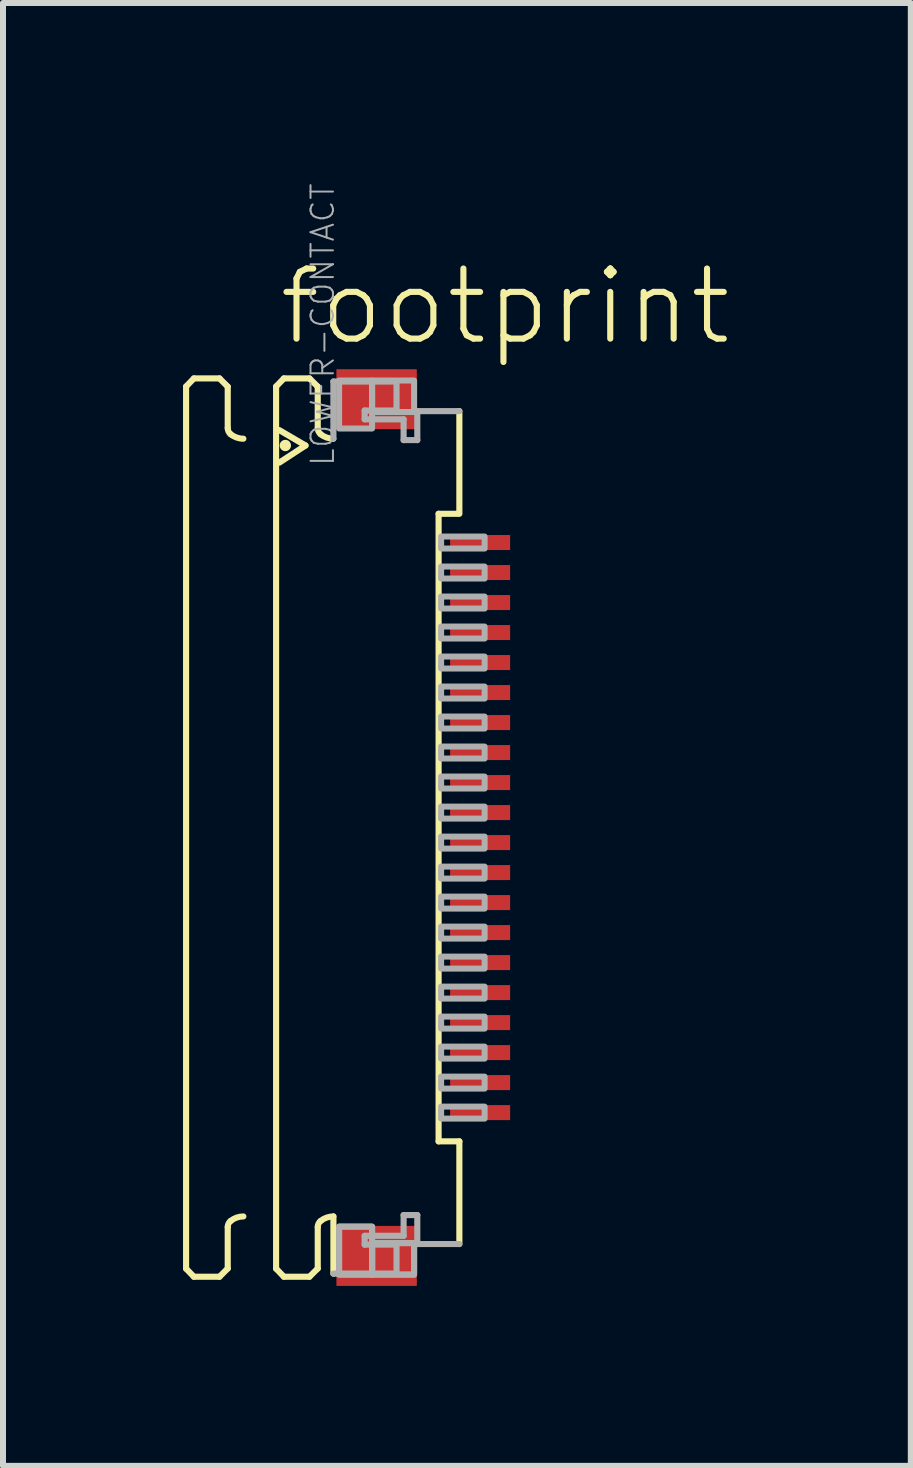
<source format=kicad_pcb>
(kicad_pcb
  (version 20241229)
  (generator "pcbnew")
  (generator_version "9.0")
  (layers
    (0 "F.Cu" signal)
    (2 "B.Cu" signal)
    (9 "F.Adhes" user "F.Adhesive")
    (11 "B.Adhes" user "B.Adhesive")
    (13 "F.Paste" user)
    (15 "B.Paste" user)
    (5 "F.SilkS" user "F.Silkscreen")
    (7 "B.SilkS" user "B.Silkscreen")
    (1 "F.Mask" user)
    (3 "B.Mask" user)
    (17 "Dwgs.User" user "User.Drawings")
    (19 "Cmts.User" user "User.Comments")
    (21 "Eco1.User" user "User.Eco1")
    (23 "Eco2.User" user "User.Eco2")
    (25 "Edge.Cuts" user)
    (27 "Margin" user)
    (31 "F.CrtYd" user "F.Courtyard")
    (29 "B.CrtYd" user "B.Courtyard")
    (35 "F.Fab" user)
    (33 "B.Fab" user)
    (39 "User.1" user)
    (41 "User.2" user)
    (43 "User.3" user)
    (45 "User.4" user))
  (footprint "footprint"
    (layer "F.Cu")
    (at 3.046 10.741)
    (property "Reference" "footprint" (at -1.5 -8 0) (layer "F.SilkS") (effects (font (size 1.168 1.168) (thickness 0.102)) (justify left bottom)))
    (fp_poly (pts (xy 1.355 -4.575) (xy 2.455 -4.575) (xy 2.455 -4.925) (xy 1.355 -4.925)) (stroke (width 0) (type solid)) (fill yes) (layer "F.Mask"))
    (fp_poly (pts (xy 1.355 -4.075) (xy 2.455 -4.075) (xy 2.455 -4.425) (xy 1.355 -4.425)) (stroke (width 0) (type solid)) (fill yes) (layer "F.Mask"))
    (fp_poly (pts (xy 1.355 -3.575) (xy 2.455 -3.575) (xy 2.455 -3.925) (xy 1.355 -3.925)) (stroke (width 0) (type solid)) (fill yes) (layer "F.Mask"))
    (fp_poly (pts (xy 1.355 -3.075) (xy 2.455 -3.075) (xy 2.455 -3.425) (xy 1.355 -3.425)) (stroke (width 0) (type solid)) (fill yes) (layer "F.Mask"))
    (fp_poly (pts (xy 1.355 -2.575) (xy 2.455 -2.575) (xy 2.455 -2.925) (xy 1.355 -2.925)) (stroke (width 0) (type solid)) (fill yes) (layer "F.Mask"))
    (fp_poly (pts (xy 1.355 -2.075) (xy 2.455 -2.075) (xy 2.455 -2.425) (xy 1.355 -2.425)) (stroke (width 0) (type solid)) (fill yes) (layer "F.Mask"))
    (fp_poly (pts (xy 1.355 -1.575) (xy 2.455 -1.575) (xy 2.455 -1.925) (xy 1.355 -1.925)) (stroke (width 0) (type solid)) (fill yes) (layer "F.Mask"))
    (fp_poly (pts (xy 1.355 -1.075) (xy 2.455 -1.075) (xy 2.455 -1.425) (xy 1.355 -1.425)) (stroke (width 0) (type solid)) (fill yes) (layer "F.Mask"))
    (fp_poly (pts (xy 1.355 -0.575) (xy 2.455 -0.575) (xy 2.455 -0.925) (xy 1.355 -0.925)) (stroke (width 0) (type solid)) (fill yes) (layer "F.Mask"))
    (fp_poly (pts (xy 1.355 -0.075) (xy 2.455 -0.075) (xy 2.455 -0.425) (xy 1.355 -0.425)) (stroke (width 0) (type solid)) (fill yes) (layer "F.Mask"))
    (fp_poly (pts (xy 1.355 0.425) (xy 2.455 0.425) (xy 2.455 0.075) (xy 1.355 0.075)) (stroke (width 0) (type solid)) (fill yes) (layer "F.Mask"))
    (fp_poly (pts (xy 1.355 0.925) (xy 2.455 0.925) (xy 2.455 0.575) (xy 1.355 0.575)) (stroke (width 0) (type solid)) (fill yes) (layer "F.Mask"))
    (fp_poly (pts (xy 1.355 1.425) (xy 2.455 1.425) (xy 2.455 1.075) (xy 1.355 1.075)) (stroke (width 0) (type solid)) (fill yes) (layer "F.Mask"))
    (fp_poly (pts (xy 1.355 1.925) (xy 2.455 1.925) (xy 2.455 1.575) (xy 1.355 1.575)) (stroke (width 0) (type solid)) (fill yes) (layer "F.Mask"))
    (fp_poly (pts (xy 1.355 2.425) (xy 2.455 2.425) (xy 2.455 2.075) (xy 1.355 2.075)) (stroke (width 0) (type solid)) (fill yes) (layer "F.Mask"))
    (fp_poly (pts (xy 1.355 2.925) (xy 2.455 2.925) (xy 2.455 2.575) (xy 1.355 2.575)) (stroke (width 0) (type solid)) (fill yes) (layer "F.Mask"))
    (fp_poly (pts (xy 1.355 3.425) (xy 2.455 3.425) (xy 2.455 3.075) (xy 1.355 3.075)) (stroke (width 0) (type solid)) (fill yes) (layer "F.Mask"))
    (fp_poly (pts (xy 1.355 3.925) (xy 2.455 3.925) (xy 2.455 3.575) (xy 1.355 3.575)) (stroke (width 0) (type solid)) (fill yes) (layer "F.Mask"))
    (fp_poly (pts (xy 1.355 4.425) (xy 2.455 4.425) (xy 2.455 4.075) (xy 1.355 4.075)) (stroke (width 0) (type solid)) (fill yes) (layer "F.Mask"))
    (fp_poly (pts (xy 1.355 4.925) (xy 2.455 4.925) (xy 2.455 4.575) (xy 1.355 4.575)) (stroke (width 0) (type solid)) (fill yes) (layer "F.Mask"))
    (fp_line (start -2.995 -7.35) (end -2.865 -7.485) (stroke (width 0.102) (type solid)) (layer "F.SilkS"))
    (fp_line (start -2.995 7.35) (end -2.995 -7.35) (stroke (width 0.102) (type solid)) (layer "F.SilkS"))
    (fp_line (start -2.995 7.35) (end -2.865 7.485) (stroke (width 0.102) (type solid)) (layer "F.SilkS"))
    (fp_line (start -2.865 -7.485) (end -2.438 -7.485) (stroke (width 0.102) (type solid)) (layer "F.SilkS"))
    (fp_line (start -2.865 7.485) (end -2.438 7.485) (stroke (width 0.102) (type solid)) (layer "F.SilkS"))
    (fp_line (start -2.438 -7.485) (end -2.301 -7.348) (stroke (width 0.102) (type solid)) (layer "F.SilkS"))
    (fp_line (start -2.438 7.485) (end -2.301 7.348) (stroke (width 0.102) (type solid)) (layer "F.SilkS"))
    (fp_line (start -2.301 -7.348) (end -2.301 -6.656) (stroke (width 0.102) (type solid)) (layer "F.SilkS"))
    (fp_line (start -2.301 7.348) (end -2.301 6.656) (stroke (width 0.102) (type solid)) (layer "F.SilkS"))
    (fp_line (start -1.495 -7.35) (end -1.365 -7.485) (stroke (width 0.102) (type solid)) (layer "F.SilkS"))
    (fp_line (start -1.495 7.35) (end -1.495 -7.35) (stroke (width 0.102) (type solid)) (layer "F.SilkS"))
    (fp_line (start -1.495 7.35) (end -1.365 7.485) (stroke (width 0.102) (type solid)) (layer "F.SilkS"))
    (fp_line (start -1.441 -6.623) (end -1.005 -6.367) (stroke (width 0.102) (type solid)) (layer "F.SilkS"))
    (fp_line (start -1.365 -7.485) (end -0.939 -7.485) (stroke (width 0.102) (type solid)) (layer "F.SilkS"))
    (fp_line (start -1.365 7.485) (end -0.939 7.485) (stroke (width 0.102) (type solid)) (layer "F.SilkS"))
    (fp_line (start -1.005 -6.367) (end -1.441 -6.082) (stroke (width 0.102) (type solid)) (layer "F.SilkS"))
    (fp_line (start -0.939 -7.485) (end -0.801 -7.348) (stroke (width 0.102) (type solid)) (layer "F.SilkS"))
    (fp_line (start -0.939 7.485) (end -0.801 7.348) (stroke (width 0.102) (type solid)) (layer "F.SilkS"))
    (fp_line (start -0.801 -7.348) (end -0.801 -6.656) (stroke (width 0.102) (type solid)) (layer "F.SilkS"))
    (fp_line (start -0.801 7.348) (end -0.801 6.656) (stroke (width 0.102) (type solid)) (layer "F.SilkS"))
    (fp_line (start -0.54 6.48) (end -0.54 7.433) (stroke (width 0.102) (type solid)) (layer "F.SilkS"))
    (fp_line (start 1.213 5.229) (end 1.213 -5.229) (stroke (width 0.102) (type solid)) (layer "F.SilkS"))
    (fp_line (start 1.538 -5.229) (end 1.213 -5.229) (stroke (width 0.102) (type solid)) (layer "F.SilkS"))
    (fp_line (start 1.559 -6.94) (end 1.559 -5.229) (stroke (width 0.102) (type solid)) (layer "F.SilkS"))
    (fp_line (start 1.559 5.229) (end 1.213 5.229) (stroke (width 0.102) (type solid)) (layer "F.SilkS"))
    (fp_line (start 1.559 6.94) (end 1.559 5.229) (stroke (width 0.102) (type solid)) (layer "F.SilkS"))
    (fp_arc (start -2.301 6.6557) (mid -2.288538 6.600596) (end -2.2536 6.556199) (stroke (width 0.1016) (type solid)) (layer "F.SilkS"))
    (fp_arc (start -2.2536 -6.556199) (mid -2.288538 -6.600596) (end -2.301 -6.6557) (stroke (width 0.1016) (type solid)) (layer "F.SilkS"))
    (fp_arc (start -2.2536 6.5562) (mid -2.153476 6.499935) (end -2.0403 6.480399) (stroke (width 0.1016) (type solid)) (layer "F.SilkS"))
    (fp_arc (start -2.0403 -6.480399) (mid -2.153476 -6.499935) (end -2.2536 -6.5562) (stroke (width 0.1016) (type solid)) (layer "F.SilkS"))
    (fp_arc (start -0.801 6.6557) (mid -0.788538 6.600596) (end -0.7536 6.556199) (stroke (width 0.1016) (type solid)) (layer "F.SilkS"))
    (fp_arc (start -0.7536 -6.556199) (mid -0.788538 -6.600596) (end -0.801 -6.6557) (stroke (width 0.1016) (type solid)) (layer "F.SilkS"))
    (fp_arc (start -0.7536 6.5562) (mid -0.653476 6.499935) (end -0.5403 6.480399) (stroke (width 0.1016) (type solid)) (layer "F.SilkS"))
    (fp_arc (start -0.5403 -6.480399) (mid -0.653476 -6.499935) (end -0.7536 -6.5562) (stroke (width 0.1016) (type solid)) (layer "F.SilkS"))
    (fp_circle (center -1.341 -6.367) (end -1.294 -6.367) (stroke (width 0.095) (type solid)) (fill yes) (layer "F.SilkS"))
    (fp_line (start -0.54 -7.433) (end 0.512 -7.433) (stroke (width 0.102) (type solid)) (layer "F.Fab"))
    (fp_line (start -0.54 -6.48) (end -0.54 -7.433) (stroke (width 0.102) (type solid)) (layer "F.Fab"))
    (fp_line (start -0.54 7.433) (end 0.512 7.433) (stroke (width 0.102) (type solid)) (layer "F.Fab"))
    (fp_line (start -0.019 -6.95) (end -0.019 -6.803) (stroke (width 0.102) (type solid)) (layer "F.Fab"))
    (fp_line (start -0.019 -6.803) (end 0.63 -6.803) (stroke (width 0.102) (type solid)) (layer "F.Fab"))
    (fp_line (start -0.019 6.803) (end 0.63 6.803) (stroke (width 0.102) (type solid)) (layer "F.Fab"))
    (fp_line (start -0.019 6.95) (end -0.019 6.803) (stroke (width 0.102) (type solid)) (layer "F.Fab"))
    (fp_line (start 0.512 -7.433) (end 0.512 -6.95) (stroke (width 0.102) (type solid)) (layer "F.Fab"))
    (fp_line (start 0.512 -6.95) (end -0.019 -6.95) (stroke (width 0.102) (type solid)) (layer "F.Fab"))
    (fp_line (start 0.512 6.95) (end -0.019 6.95) (stroke (width 0.102) (type solid)) (layer "F.Fab"))
    (fp_line (start 0.512 7.433) (end 0.512 6.95) (stroke (width 0.102) (type solid)) (layer "F.Fab"))
    (fp_line (start 0.63 -6.803) (end 0.63 -6.457) (stroke (width 0.102) (type solid)) (layer "F.Fab"))
    (fp_line (start 0.63 -6.457) (end 0.858 -6.457) (stroke (width 0.102) (type solid)) (layer "F.Fab"))
    (fp_line (start 0.63 6.457) (end 0.858 6.457) (stroke (width 0.102) (type solid)) (layer "F.Fab"))
    (fp_line (start 0.63 6.803) (end 0.63 6.457) (stroke (width 0.102) (type solid)) (layer "F.Fab"))
    (fp_line (start 0.858 -6.94) (end 1.559 -6.94) (stroke (width 0.102) (type solid)) (layer "F.Fab"))
    (fp_line (start 0.858 -6.457) (end 0.858 -6.94) (stroke (width 0.102) (type solid)) (layer "F.Fab"))
    (fp_line (start 0.858 6.457) (end 0.858 6.94) (stroke (width 0.102) (type solid)) (layer "F.Fab"))
    (fp_line (start 0.858 6.94) (end 1.559 6.94) (stroke (width 0.102) (type solid)) (layer "F.Fab"))
    (fp_poly (pts (xy -0.445 -6.65) (xy 0.105 -6.65) (xy 0.105 -7.45) (xy -0.445 -7.45)) (stroke (width 0.1) (type solid)) (fill no) (layer "F.Fab"))
    (fp_poly (pts (xy -0.445 7.45) (xy 0.105 7.45) (xy 0.105 6.65) (xy -0.445 6.65)) (stroke (width 0.1) (type solid)) (fill no) (layer "F.Fab"))
    (fp_poly (pts (xy -0.445 7.45) (xy 0.105 7.45) (xy 0.105 6.65) (xy -0.445 6.65)) (stroke (width 0.1) (type solid)) (fill no) (layer "F.Fab"))
    (fp_poly (pts (xy 0.105 -6.925) (xy 0.805 -6.925) (xy 0.805 -7.45) (xy 0.105 -7.45)) (stroke (width 0.1) (type solid)) (fill no) (layer "F.Fab"))
    (fp_poly (pts (xy 0.105 7.45) (xy 0.805 7.45) (xy 0.805 6.925) (xy 0.105 6.925)) (stroke (width 0.1) (type solid)) (fill no) (layer "F.Fab"))
    (fp_poly (pts (xy 0.105 7.45) (xy 0.805 7.45) (xy 0.805 6.925) (xy 0.105 6.925)) (stroke (width 0.1) (type solid)) (fill no) (layer "F.Fab"))
    (fp_poly (pts (xy 1.255 -4.65) (xy 1.98 -4.65) (xy 1.98 -4.85) (xy 1.255 -4.85)) (stroke (width 0.1) (type solid)) (fill no) (layer "F.Fab"))
    (fp_poly (pts (xy 1.255 -4.15) (xy 1.98 -4.15) (xy 1.98 -4.35) (xy 1.255 -4.35)) (stroke (width 0.1) (type solid)) (fill no) (layer "F.Fab"))
    (fp_poly (pts (xy 1.255 -3.65) (xy 1.98 -3.65) (xy 1.98 -3.85) (xy 1.255 -3.85)) (stroke (width 0.1) (type solid)) (fill no) (layer "F.Fab"))
    (fp_poly (pts (xy 1.255 -3.15) (xy 1.98 -3.15) (xy 1.98 -3.35) (xy 1.255 -3.35)) (stroke (width 0.1) (type solid)) (fill no) (layer "F.Fab"))
    (fp_poly (pts (xy 1.255 -2.65) (xy 1.98 -2.65) (xy 1.98 -2.85) (xy 1.255 -2.85)) (stroke (width 0.1) (type solid)) (fill no) (layer "F.Fab"))
    (fp_poly (pts (xy 1.255 -2.15) (xy 1.98 -2.15) (xy 1.98 -2.35) (xy 1.255 -2.35)) (stroke (width 0.1) (type solid)) (fill no) (layer "F.Fab"))
    (fp_poly (pts (xy 1.255 -1.65) (xy 1.98 -1.65) (xy 1.98 -1.85) (xy 1.255 -1.85)) (stroke (width 0.1) (type solid)) (fill no) (layer "F.Fab"))
    (fp_poly (pts (xy 1.255 -1.15) (xy 1.98 -1.15) (xy 1.98 -1.35) (xy 1.255 -1.35)) (stroke (width 0.1) (type solid)) (fill no) (layer "F.Fab"))
    (fp_poly (pts (xy 1.255 -0.65) (xy 1.98 -0.65) (xy 1.98 -0.85) (xy 1.255 -0.85)) (stroke (width 0.1) (type solid)) (fill no) (layer "F.Fab"))
    (fp_poly (pts (xy 1.255 -0.15) (xy 1.98 -0.15) (xy 1.98 -0.35) (xy 1.255 -0.35)) (stroke (width 0.1) (type solid)) (fill no) (layer "F.Fab"))
    (fp_poly (pts (xy 1.255 0.35) (xy 1.98 0.35) (xy 1.98 0.15) (xy 1.255 0.15)) (stroke (width 0.1) (type solid)) (fill no) (layer "F.Fab"))
    (fp_poly (pts (xy 1.255 0.85) (xy 1.98 0.85) (xy 1.98 0.65) (xy 1.255 0.65)) (stroke (width 0.1) (type solid)) (fill no) (layer "F.Fab"))
    (fp_poly (pts (xy 1.255 1.35) (xy 1.98 1.35) (xy 1.98 1.15) (xy 1.255 1.15)) (stroke (width 0.1) (type solid)) (fill no) (layer "F.Fab"))
    (fp_poly (pts (xy 1.255 1.85) (xy 1.98 1.85) (xy 1.98 1.65) (xy 1.255 1.65)) (stroke (width 0.1) (type solid)) (fill no) (layer "F.Fab"))
    (fp_poly (pts (xy 1.255 2.35) (xy 1.98 2.35) (xy 1.98 2.15) (xy 1.255 2.15)) (stroke (width 0.1) (type solid)) (fill no) (layer "F.Fab"))
    (fp_poly (pts (xy 1.255 2.85) (xy 1.98 2.85) (xy 1.98 2.65) (xy 1.255 2.65)) (stroke (width 0.1) (type solid)) (fill no) (layer "F.Fab"))
    (fp_poly (pts (xy 1.255 3.35) (xy 1.98 3.35) (xy 1.98 3.15) (xy 1.255 3.15)) (stroke (width 0.1) (type solid)) (fill no) (layer "F.Fab"))
    (fp_poly (pts (xy 1.255 3.85) (xy 1.98 3.85) (xy 1.98 3.65) (xy 1.255 3.65)) (stroke (width 0.1) (type solid)) (fill no) (layer "F.Fab"))
    (fp_poly (pts (xy 1.255 4.35) (xy 1.98 4.35) (xy 1.98 4.15) (xy 1.255 4.15)) (stroke (width 0.1) (type solid)) (fill no) (layer "F.Fab"))
    (fp_poly (pts (xy 1.255 4.85) (xy 1.98 4.85) (xy 1.98 4.65) (xy 1.255 4.65)) (stroke (width 0.1) (type solid)) (fill no) (layer "F.Fab"))
    (fp_text user "LOWER-CONTACT" (at -0.5 -6 270) (layer "F.Fab") (effects (font (size 0.374 0.374) (thickness 0.033)) (justify left bottom)))
    (pad "1" smd rect (at 1.905 -4.75) (size 1 0.25) (layers "F.Cu" "F.Paste"))
    (pad "2" smd rect (at 1.905 -4.25) (size 1 0.25) (layers "F.Cu" "F.Paste"))
    (pad "3" smd rect (at 1.905 -3.75) (size 1 0.25) (layers "F.Cu" "F.Paste"))
    (pad "4" smd rect (at 1.905 -3.25) (size 1 0.25) (layers "F.Cu" "F.Paste"))
    (pad "5" smd rect (at 1.905 -2.75) (size 1 0.25) (layers "F.Cu" "F.Paste"))
    (pad "6" smd rect (at 1.905 -2.25) (size 1 0.25) (layers "F.Cu" "F.Paste"))
    (pad "7" smd rect (at 1.905 -1.75) (size 1 0.25) (layers "F.Cu" "F.Paste"))
    (pad "8" smd rect (at 1.905 -1.25) (size 1 0.25) (layers "F.Cu" "F.Paste"))
    (pad "9" smd rect (at 1.905 -0.75) (size 1 0.25) (layers "F.Cu" "F.Paste"))
    (pad "10" smd rect (at 1.905 -0.25) (size 1 0.25) (layers "F.Cu" "F.Paste"))
    (pad "11" smd rect (at 1.905 0.25) (size 1 0.25) (layers "F.Cu" "F.Paste"))
    (pad "12" smd rect (at 1.905 0.75) (size 1 0.25) (layers "F.Cu" "F.Paste"))
    (pad "13" smd rect (at 1.905 1.25) (size 1 0.25) (layers "F.Cu" "F.Paste"))
    (pad "14" smd rect (at 1.905 1.75) (size 1 0.25) (layers "F.Cu" "F.Paste"))
    (pad "15" smd rect (at 1.905 2.25) (size 1 0.25) (layers "F.Cu" "F.Paste"))
    (pad "16" smd rect (at 1.905 2.75) (size 1 0.25) (layers "F.Cu" "F.Paste"))
    (pad "17" smd rect (at 1.905 3.25) (size 1 0.25) (layers "F.Cu" "F.Paste"))
    (pad "18" smd rect (at 1.905 3.75) (size 1 0.25) (layers "F.Cu" "F.Paste"))
    (pad "19" smd rect (at 1.905 4.25) (size 1 0.25) (layers "F.Cu" "F.Paste"))
    (pad "20" smd rect (at 1.905 4.75) (size 1 0.25) (layers "F.Cu" "F.Paste"))
    (pad "M1" smd rect (at 0.18 -7.138) (size 1.34 1) (layers "F.Cu" "F.Mask" "F.Paste"))
    (pad "M2" smd rect (at 0.18 7.138) (size 1.34 1) (layers "F.Cu" "F.Mask" "F.Paste")))
  (gr_rect
    (start -3 -3)
    (end 12.128 21.378)
    (stroke (width 0.1) (type default))
    (fill no)
    (layer "Edge.Cuts")))
</source>
